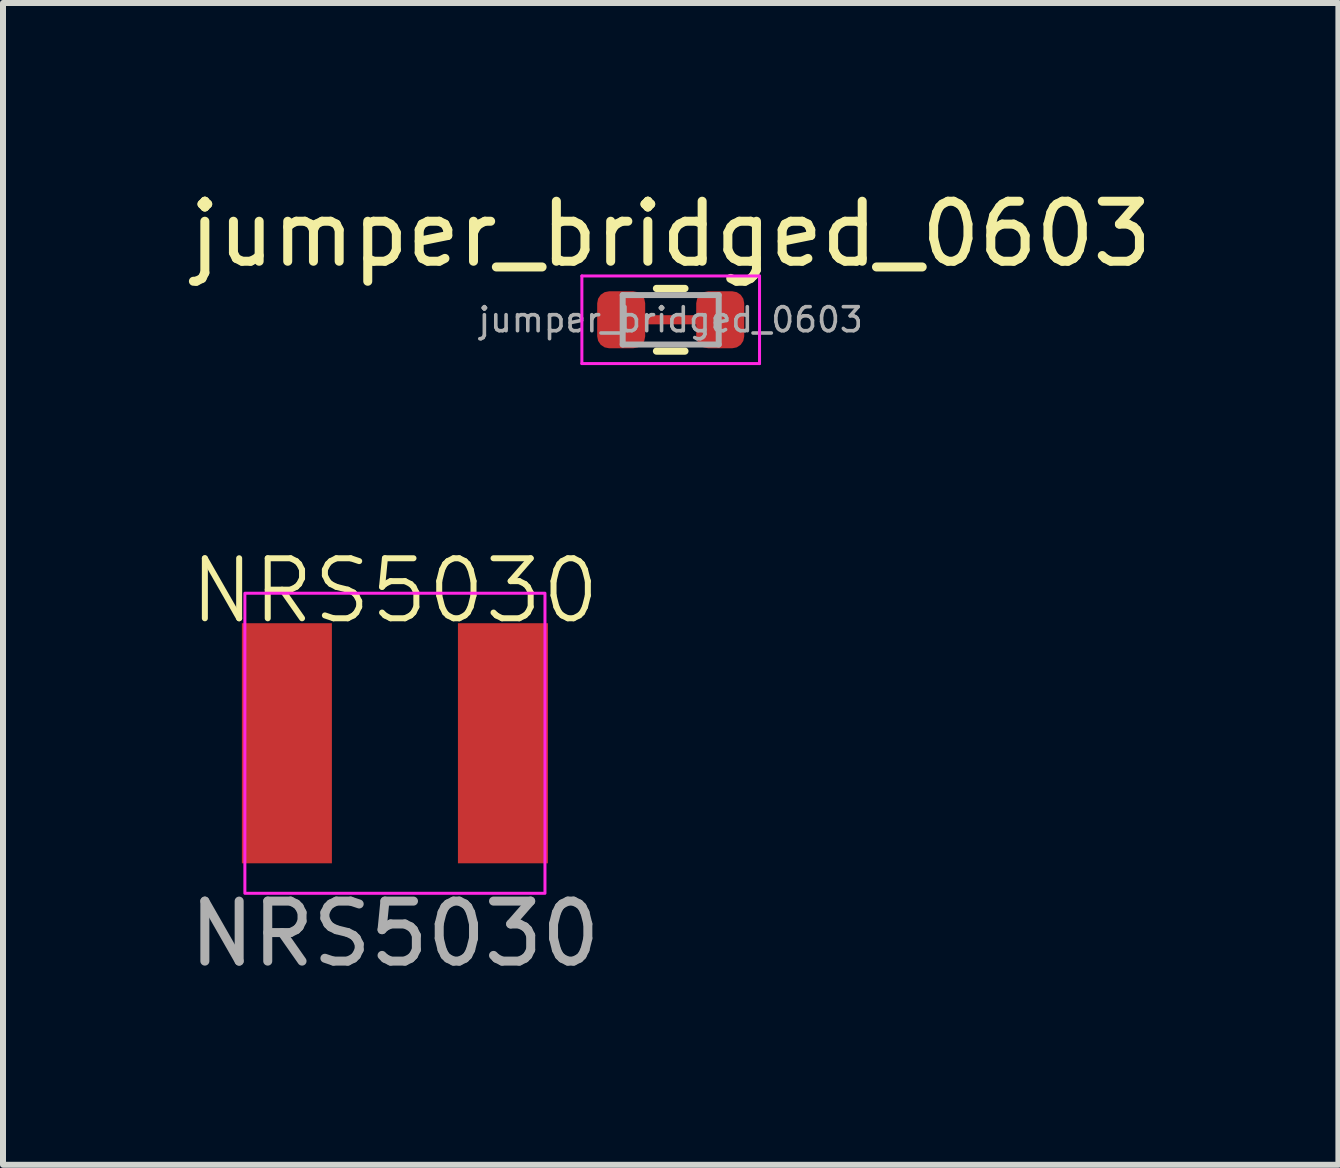
<source format=kicad_pcb>
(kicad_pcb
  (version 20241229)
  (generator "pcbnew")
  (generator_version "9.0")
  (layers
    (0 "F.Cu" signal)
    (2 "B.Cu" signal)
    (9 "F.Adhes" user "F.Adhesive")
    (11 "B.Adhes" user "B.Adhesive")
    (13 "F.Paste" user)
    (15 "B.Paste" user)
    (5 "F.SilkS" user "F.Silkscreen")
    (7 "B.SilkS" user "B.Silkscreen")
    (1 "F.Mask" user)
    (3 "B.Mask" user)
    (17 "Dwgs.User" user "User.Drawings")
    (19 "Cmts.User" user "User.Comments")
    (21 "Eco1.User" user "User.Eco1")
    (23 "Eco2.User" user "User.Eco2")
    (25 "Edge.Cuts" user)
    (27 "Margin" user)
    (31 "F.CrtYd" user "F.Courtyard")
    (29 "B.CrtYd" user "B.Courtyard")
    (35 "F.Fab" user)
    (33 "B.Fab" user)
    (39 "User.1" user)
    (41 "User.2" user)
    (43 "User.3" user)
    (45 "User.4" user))
  (footprint "jumper_bridged_0603"
    (layer "F.Cu")
    (at 8.125 2.278)
    (property "Reference" "jumper_bridged_0603" (at 0 -1.43 0) (layer "F.SilkS") (effects (font (size 1 1) (thickness 0.15))))
    (attr smd)
    (fp_line (start -0.825 0) (end 0.825 0) (stroke (width 0.152) (type default)) (layer "F.Cu"))
    (fp_line (start -0.237 -0.522) (end 0.237 -0.522) (stroke (width 0.12) (type solid)) (layer "F.SilkS"))
    (fp_line (start -0.237 0.522) (end 0.237 0.522) (stroke (width 0.12) (type solid)) (layer "F.SilkS"))
    (fp_line (start -1.48 -0.73) (end 1.48 -0.73) (stroke (width 0.05) (type solid)) (layer "F.CrtYd"))
    (fp_line (start -1.48 0.73) (end -1.48 -0.73) (stroke (width 0.05) (type solid)) (layer "F.CrtYd"))
    (fp_line (start 1.48 -0.73) (end 1.48 0.73) (stroke (width 0.05) (type solid)) (layer "F.CrtYd"))
    (fp_line (start 1.48 0.73) (end -1.48 0.73) (stroke (width 0.05) (type solid)) (layer "F.CrtYd"))
    (fp_line (start -0.8 -0.412) (end 0.8 -0.412) (stroke (width 0.1) (type solid)) (layer "F.Fab"))
    (fp_line (start -0.8 0.412) (end -0.8 -0.412) (stroke (width 0.1) (type solid)) (layer "F.Fab"))
    (fp_line (start 0.8 -0.412) (end 0.8 0.412) (stroke (width 0.1) (type solid)) (layer "F.Fab"))
    (fp_line (start 0.8 0.412) (end -0.8 0.412) (stroke (width 0.1) (type solid)) (layer "F.Fab"))
    (fp_text user "${REFERENCE}" (at 0 0 0) (layer "F.Fab") (effects (font (size 0.4 0.4) (thickness 0.06))))
    (pad "1" smd roundrect (at -0.825 0) (size 0.8 0.95) (layers "F.Cu" "F.Mask" "F.Paste") (roundrect_rratio 0.25))
    (pad "2" smd roundrect (at 0.825 0) (size 0.8 0.95) (layers "F.Cu" "F.Mask" "F.Paste") (roundrect_rratio 0.25)))
  (footprint "NRS5030"
    (layer "F.Cu")
    (at 3.53 9.334)
    (property "Reference" "NRS5030" (at 0 -2.54 0) (unlocked yes) (layer "F.SilkS") (effects (font (size 1 1) (thickness 0.1))))
    (attr smd)
    (fp_rect (start -2.5 -2.5) (end 2.5 2.5) (stroke (width 0.05) (type default)) (fill no) (layer "F.CrtYd"))
    (fp_text user "${REFERENCE}" (at 0 3.175 0) (unlocked yes) (layer "F.Fab") (effects (font (size 1 1) (thickness 0.15))))
    (pad "1" smd rect (at -1.8 0) (size 1.5 4) (layers "F.Cu" "F.Mask" "F.Paste"))
    (pad "2" smd rect (at 1.8 0) (size 1.5 4) (layers "F.Cu" "F.Mask" "F.Paste")))
  (gr_rect
    (start -3 -3)
    (end 19.25 16.357)
    (stroke (width 0.1) (type default))
    (fill no)
    (layer "Edge.Cuts")))
</source>
